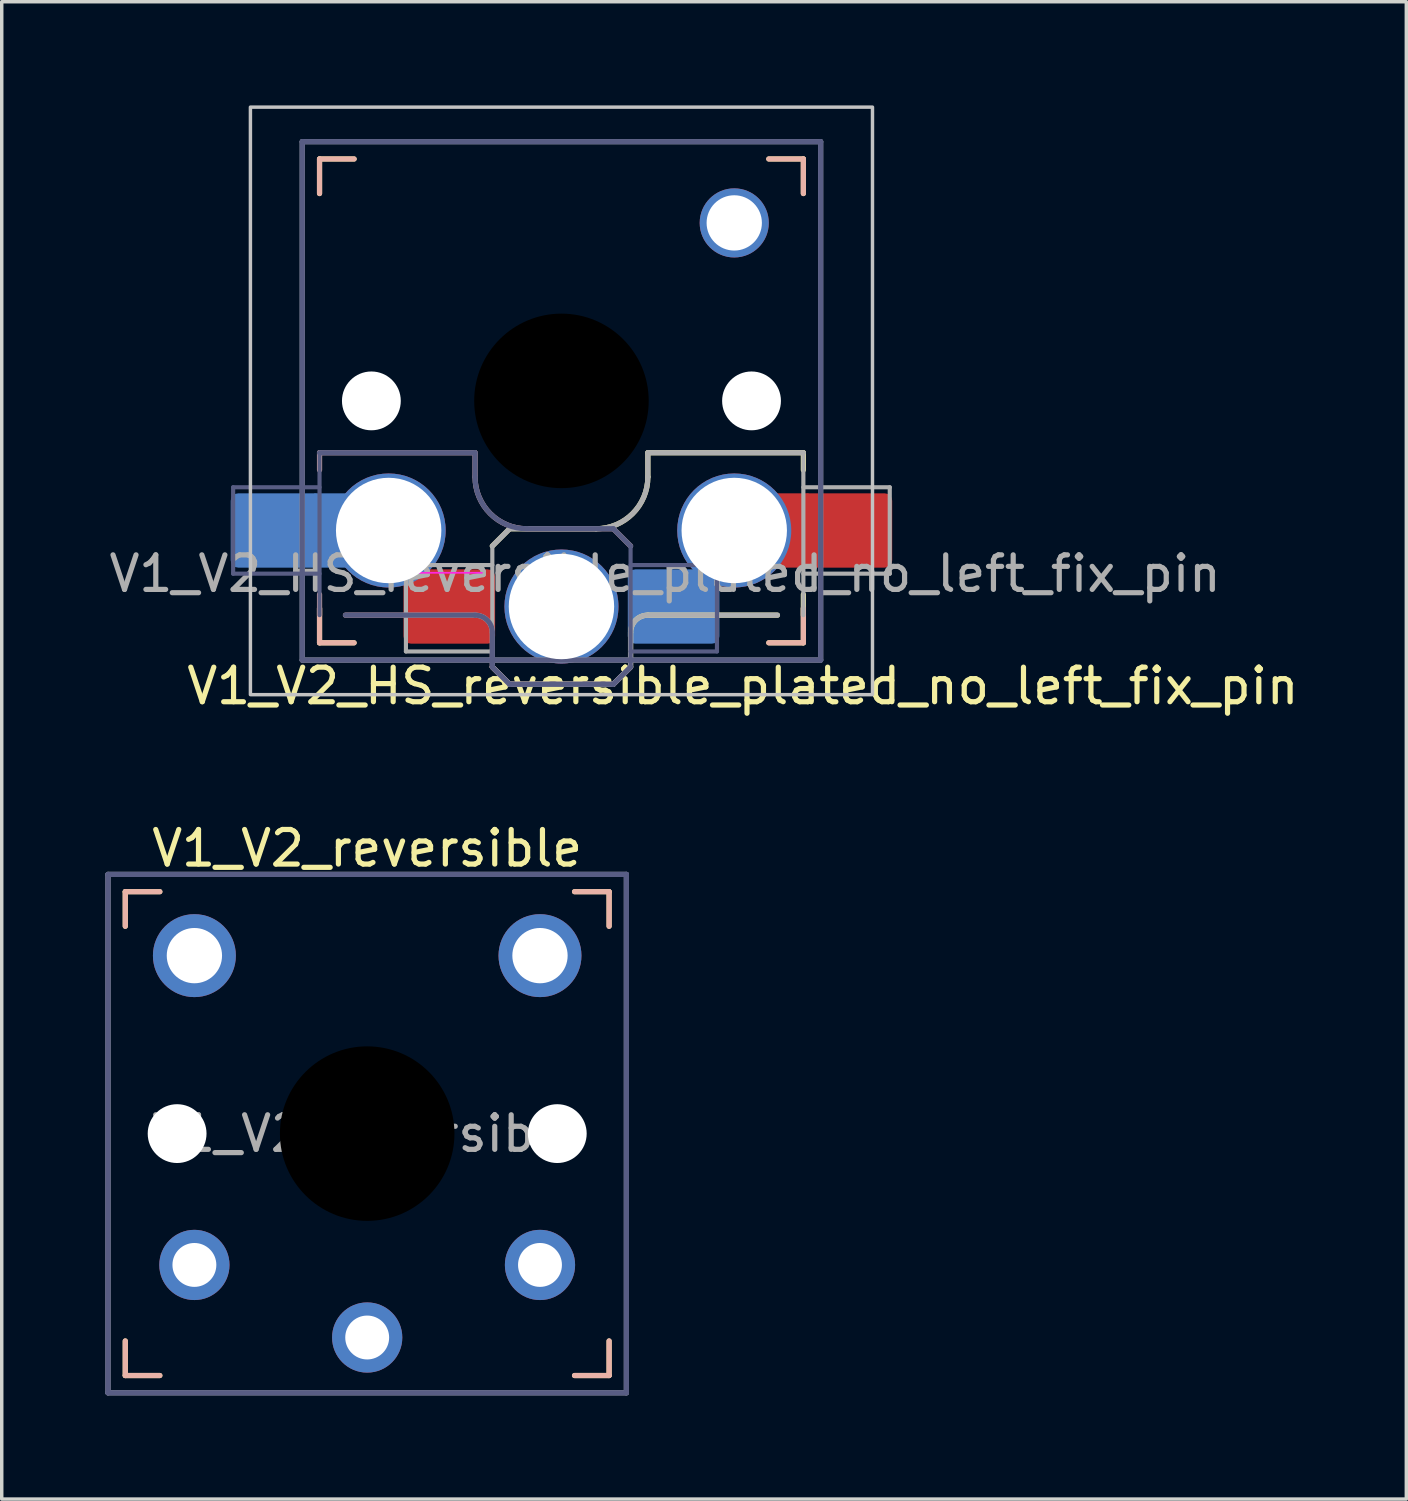
<source format=kicad_pcb>
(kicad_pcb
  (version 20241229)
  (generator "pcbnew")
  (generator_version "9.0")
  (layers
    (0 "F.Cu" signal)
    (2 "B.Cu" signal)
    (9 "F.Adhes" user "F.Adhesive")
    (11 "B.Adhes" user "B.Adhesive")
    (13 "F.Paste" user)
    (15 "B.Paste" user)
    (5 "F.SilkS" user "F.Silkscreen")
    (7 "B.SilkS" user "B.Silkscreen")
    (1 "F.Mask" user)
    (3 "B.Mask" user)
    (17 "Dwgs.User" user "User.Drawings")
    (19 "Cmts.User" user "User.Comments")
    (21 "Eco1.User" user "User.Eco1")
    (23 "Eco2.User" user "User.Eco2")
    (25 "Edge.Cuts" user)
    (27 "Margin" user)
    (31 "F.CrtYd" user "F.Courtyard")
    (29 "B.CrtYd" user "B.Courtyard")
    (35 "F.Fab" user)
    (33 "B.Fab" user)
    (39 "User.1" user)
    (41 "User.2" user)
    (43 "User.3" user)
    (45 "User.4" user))
  (footprint "V1_V2_reversible"
    (layer "F.Cu")
    (at 7.575 29.752)
    (property "Reference" "V1_V2_reversible" (at 0 -8.255 0) (layer "F.SilkS") (effects (font (size 1 1) (thickness 0.15))))
    (attr through_hole)
    (fp_line (start -7 -7) (end -6 -7) (stroke (width 0.15) (type solid)) (layer "F.SilkS"))
    (fp_line (start -7 -6) (end -7 -7) (stroke (width 0.15) (type solid)) (layer "F.SilkS"))
    (fp_line (start -7 7) (end -7 6) (stroke (width 0.15) (type solid)) (layer "F.SilkS"))
    (fp_line (start -6 7) (end -7 7) (stroke (width 0.15) (type solid)) (layer "F.SilkS"))
    (fp_line (start 6 -7) (end 7 -7) (stroke (width 0.15) (type solid)) (layer "F.SilkS"))
    (fp_line (start 7 -7) (end 7 -6) (stroke (width 0.15) (type solid)) (layer "F.SilkS"))
    (fp_line (start 7 6) (end 7 7) (stroke (width 0.15) (type solid)) (layer "F.SilkS"))
    (fp_line (start 7 7) (end 6 7) (stroke (width 0.15) (type solid)) (layer "F.SilkS"))
    (fp_line (start -7 -7) (end -6 -7) (stroke (width 0.15) (type solid)) (layer "B.SilkS"))
    (fp_line (start -7 -6) (end -7 -7) (stroke (width 0.15) (type solid)) (layer "B.SilkS"))
    (fp_line (start -7 7) (end -7 6) (stroke (width 0.15) (type solid)) (layer "B.SilkS"))
    (fp_line (start -6 7) (end -7 7) (stroke (width 0.15) (type solid)) (layer "B.SilkS"))
    (fp_line (start 6 -7) (end 7 -7) (stroke (width 0.15) (type solid)) (layer "B.SilkS"))
    (fp_line (start 7 -7) (end 7 -6) (stroke (width 0.15) (type solid)) (layer "B.SilkS"))
    (fp_line (start 7 6) (end 7 7) (stroke (width 0.15) (type solid)) (layer "B.SilkS"))
    (fp_line (start 7 7) (end 6 7) (stroke (width 0.15) (type solid)) (layer "B.SilkS"))
    (fp_line (start -6.9 6.9) (end -6.9 -6.9) (stroke (width 0.15) (type solid)) (layer "Eco2.User"))
    (fp_line (start -6.9 6.9) (end 6.9 6.9) (stroke (width 0.15) (type solid)) (layer "Eco2.User"))
    (fp_line (start -2.6 -3.1) (end -2.6 -6.3) (stroke (width 0.15) (type solid)) (layer "Eco2.User"))
    (fp_line (start -2.6 -3.1) (end 2.6 -3.1) (stroke (width 0.15) (type solid)) (layer "Eco2.User"))
    (fp_line (start 2.6 -6.3) (end -2.6 -6.3) (stroke (width 0.15) (type solid)) (layer "Eco2.User"))
    (fp_line (start 2.6 -3.1) (end 2.6 -6.3) (stroke (width 0.15) (type solid)) (layer "Eco2.User"))
    (fp_line (start 6.9 -6.9) (end -6.9 -6.9) (stroke (width 0.15) (type solid)) (layer "Eco2.User"))
    (fp_line (start 6.9 -6.9) (end 6.9 6.9) (stroke (width 0.15) (type solid)) (layer "Eco2.User"))
    (fp_line (start -7.5 -7.5) (end 7.5 -7.5) (stroke (width 0.15) (type solid)) (layer "B.Fab"))
    (fp_line (start -7.5 7.5) (end -7.5 -7.5) (stroke (width 0.15) (type solid)) (layer "B.Fab"))
    (fp_line (start 7.5 -7.5) (end 7.5 7.5) (stroke (width 0.15) (type solid)) (layer "B.Fab"))
    (fp_line (start 7.5 7.5) (end -7.5 7.5) (stroke (width 0.15) (type solid)) (layer "B.Fab"))
    (fp_line (start -7.5 -7.5) (end 7.5 -7.5) (stroke (width 0.15) (type solid)) (layer "F.Fab"))
    (fp_line (start -7.5 7.5) (end -7.5 -7.5) (stroke (width 0.15) (type solid)) (layer "F.Fab"))
    (fp_line (start 7.5 -7.5) (end 7.5 7.5) (stroke (width 0.15) (type solid)) (layer "F.Fab"))
    (fp_line (start 7.5 7.5) (end -7.5 7.5) (stroke (width 0.15) (type solid)) (layer "F.Fab"))
    (fp_text user "${REFERENCE}" (at 0 0 0) (layer "F.Fab") (effects (font (size 1 1) (thickness 0.15))))
    (pad "" np_thru_hole circle (at -5.5 0) (size 1.702 1.702) (drill 1.702) (layers "*.Cu" "*.Mask"))
    (pad "" np_thru_hole circle (at 0 0) (size 5.05 5.05) (drill 5.05) (layers "*.Mask"))
    (pad "" np_thru_hole circle (at 5.5 0) (size 1.702 1.702) (drill 1.702) (layers "*.Cu" "*.Mask"))
    (pad "1" thru_hole circle (at -5 -5.15 180) (size 2.4 2.4) (drill 1.6) (layers "*.Cu" "F.Mask"))
    (pad "1" thru_hole circle (at 0 5.9) (size 2.032 2.032) (drill 1.27) (layers "*.Cu" "*.Mask"))
    (pad "2" thru_hole circle (at -5 3.8) (size 2.032 2.032) (drill 1.27) (layers "*.Cu" "*.Mask"))
    (pad "2" thru_hole circle (at 5 3.8) (size 2.032 2.032) (drill 1.27) (layers "*.Cu" "*.Mask"))
    (pad "3" thru_hole circle (at 5 -5.15 180) (size 2.4 2.4) (drill 1.6) (layers "*.Cu" "B.Mask")))
  (footprint "V1_V2_HS_reversible_plated_no_left_fix_pin"
    (layer "F.Cu")
    (at 13.196 8.55)
    (property "Reference" "V1_V2_HS_reversible_plated_no_left_fix_pin" (at 5.25 8.25 0) (layer "F.SilkS") (effects (font (size 1 1) (thickness 0.15))))
    (attr smd)
    (fp_line (start -7 -7) (end -6 -7) (stroke (width 0.15) (type solid)) (layer "F.SilkS"))
    (fp_line (start -7 -6) (end -7 -7) (stroke (width 0.15) (type solid)) (layer "F.SilkS"))
    (fp_line (start -7 7) (end -7 6) (stroke (width 0.15) (type solid)) (layer "F.SilkS"))
    (fp_line (start -6 7) (end -7 7) (stroke (width 0.15) (type solid)) (layer "F.SilkS"))
    (fp_line (start -2 4.2) (end -1.5 3.7) (stroke (width 0.15) (type solid)) (layer "F.SilkS"))
    (fp_line (start -2 7.7) (end -1.5 8.2) (stroke (width 0.15) (type solid)) (layer "F.SilkS"))
    (fp_line (start -1.5 3.7) (end 1 3.7) (stroke (width 0.15) (type solid)) (layer "F.SilkS"))
    (fp_line (start -1.5 8.2) (end 1.5 8.2) (stroke (width 0.15) (type solid)) (layer "F.SilkS"))
    (fp_line (start 1.5 8.2) (end 2 7.7) (stroke (width 0.15) (type solid)) (layer "F.SilkS"))
    (fp_line (start 2 6.7) (end 2 7.7) (stroke (width 0.15) (type solid)) (layer "F.SilkS"))
    (fp_line (start 2.5 1.5) (end 7 1.5) (stroke (width 0.15) (type solid)) (layer "F.SilkS"))
    (fp_line (start 2.5 2.2) (end 2.5 1.5) (stroke (width 0.15) (type solid)) (layer "F.SilkS"))
    (fp_line (start 6 -7) (end 7 -7) (stroke (width 0.15) (type solid)) (layer "F.SilkS"))
    (fp_line (start 6.25 6.2) (end 2.5 6.2) (stroke (width 0.15) (type solid)) (layer "F.SilkS"))
    (fp_line (start 7 -7) (end 7 -6) (stroke (width 0.15) (type solid)) (layer "F.SilkS"))
    (fp_line (start 7 1.5) (end 7 2) (stroke (width 0.15) (type solid)) (layer "F.SilkS"))
    (fp_line (start 7 5.6) (end 7 6.2) (stroke (width 0.15) (type solid)) (layer "F.SilkS"))
    (fp_line (start 7 6) (end 7 7) (stroke (width 0.15) (type solid)) (layer "F.SilkS"))
    (fp_line (start 7 7) (end 6 7) (stroke (width 0.15) (type solid)) (layer "F.SilkS"))
    (fp_arc (start 2 6.7) (mid 2.146447 6.346447) (end 2.5 6.2) (stroke (width 0.15) (type solid)) (layer "F.SilkS"))
    (fp_arc (start 2.5 2.2) (mid 2.06066 3.26066) (end 1 3.7) (stroke (width 0.15) (type solid)) (layer "F.SilkS"))
    (fp_line (start -7 -7) (end -6 -7) (stroke (width 0.15) (type solid)) (layer "B.SilkS"))
    (fp_line (start -7 -6) (end -7 -7) (stroke (width 0.15) (type solid)) (layer "B.SilkS"))
    (fp_line (start -7 1.5) (end -7 2) (stroke (width 0.15) (type solid)) (layer "B.SilkS"))
    (fp_line (start -7 5.6) (end -7 6.2) (stroke (width 0.15) (type solid)) (layer "B.SilkS"))
    (fp_line (start -7 7) (end -7 6) (stroke (width 0.15) (type solid)) (layer "B.SilkS"))
    (fp_line (start -6.25 6.2) (end -2.5 6.2) (stroke (width 0.15) (type solid)) (layer "B.SilkS"))
    (fp_line (start -6 7) (end -7 7) (stroke (width 0.15) (type solid)) (layer "B.SilkS"))
    (fp_line (start -2.5 1.5) (end -7 1.5) (stroke (width 0.15) (type solid)) (layer "B.SilkS"))
    (fp_line (start -2.5 2.2) (end -2.5 1.5) (stroke (width 0.15) (type solid)) (layer "B.SilkS"))
    (fp_line (start -2 6.7) (end -2 7.7) (stroke (width 0.15) (type solid)) (layer "B.SilkS"))
    (fp_line (start -1.5 8.2) (end -2 7.7) (stroke (width 0.15) (type solid)) (layer "B.SilkS"))
    (fp_line (start 1.5 3.7) (end -1 3.7) (stroke (width 0.15) (type solid)) (layer "B.SilkS"))
    (fp_line (start 1.5 8.2) (end -1.5 8.2) (stroke (width 0.15) (type solid)) (layer "B.SilkS"))
    (fp_line (start 2 4.2) (end 1.5 3.7) (stroke (width 0.15) (type solid)) (layer "B.SilkS"))
    (fp_line (start 2 7.7) (end 1.5 8.2) (stroke (width 0.15) (type solid)) (layer "B.SilkS"))
    (fp_line (start 6 -7) (end 7 -7) (stroke (width 0.15) (type solid)) (layer "B.SilkS"))
    (fp_line (start 7 -7) (end 7 -6) (stroke (width 0.15) (type solid)) (layer "B.SilkS"))
    (fp_line (start 7 6) (end 7 7) (stroke (width 0.15) (type solid)) (layer "B.SilkS"))
    (fp_line (start 7 7) (end 6 7) (stroke (width 0.15) (type solid)) (layer "B.SilkS"))
    (fp_arc (start -2.5 6.2) (mid -2.146447 6.346447) (end -2 6.7) (stroke (width 0.15) (type solid)) (layer "B.SilkS"))
    (fp_arc (start -1 3.7) (mid -2.06066 3.26066) (end -2.5 2.2) (stroke (width 0.15) (type solid)) (layer "B.SilkS"))
    (fp_rect (start -9 -8.5) (end 9 8.5) (stroke (width 0.1) (type default)) (fill no) (layer "Dwgs.User"))
    (fp_line (start -6.9 6.9) (end -6.9 -6.9) (stroke (width 0.15) (type solid)) (layer "Eco2.User"))
    (fp_line (start -6.9 6.9) (end 6.9 6.9) (stroke (width 0.15) (type solid)) (layer "Eco2.User"))
    (fp_line (start -2.6 -3.1) (end -2.6 -6.3) (stroke (width 0.15) (type solid)) (layer "Eco2.User"))
    (fp_line (start -2.6 -3.1) (end 2.6 -3.1) (stroke (width 0.15) (type solid)) (layer "Eco2.User"))
    (fp_line (start 2.6 -6.3) (end -2.6 -6.3) (stroke (width 0.15) (type solid)) (layer "Eco2.User"))
    (fp_line (start 2.6 -3.1) (end 2.6 -6.3) (stroke (width 0.15) (type solid)) (layer "Eco2.User"))
    (fp_line (start 6.9 -6.9) (end -6.9 -6.9) (stroke (width 0.15) (type solid)) (layer "Eco2.User"))
    (fp_line (start 6.9 -6.9) (end 6.9 6.9) (stroke (width 0.15) (type solid)) (layer "Eco2.User"))
    (fp_line (start -4.104 4.975) (end -2.3 4.975) (stroke (width 0.05) (type solid)) (layer "F.CrtYd"))
    (fp_line (start -9.5 2.5) (end -7 2.5) (stroke (width 0.12) (type solid)) (layer "B.Fab"))
    (fp_line (start -9.5 5) (end -9.5 2.5) (stroke (width 0.12) (type solid)) (layer "B.Fab"))
    (fp_line (start -7.5 -7.5) (end 7.5 -7.5) (stroke (width 0.15) (type solid)) (layer "B.Fab"))
    (fp_line (start -7.5 7.5) (end -7.5 -7.5) (stroke (width 0.15) (type solid)) (layer "B.Fab"))
    (fp_line (start -7 1.5) (end -7 6.2) (stroke (width 0.12) (type solid)) (layer "B.Fab"))
    (fp_line (start -7 5) (end -9.5 5) (stroke (width 0.12) (type solid)) (layer "B.Fab"))
    (fp_line (start -6.25 6.2) (end -2.5 6.2) (stroke (width 0.15) (type solid)) (layer "B.Fab"))
    (fp_line (start -2.5 1.5) (end -7 1.5) (stroke (width 0.15) (type solid)) (layer "B.Fab"))
    (fp_line (start -2.5 2.2) (end -2.5 1.5) (stroke (width 0.15) (type solid)) (layer "B.Fab"))
    (fp_line (start -2 6.7) (end -2 7.7) (stroke (width 0.15) (type solid)) (layer "B.Fab"))
    (fp_line (start -1.5 8.2) (end -2 7.7) (stroke (width 0.15) (type solid)) (layer "B.Fab"))
    (fp_line (start 1.5 3.7) (end -1 3.7) (stroke (width 0.15) (type solid)) (layer "B.Fab"))
    (fp_line (start 1.5 8.2) (end -1.5 8.2) (stroke (width 0.15) (type solid)) (layer "B.Fab"))
    (fp_line (start 2 4.2) (end 1.5 3.7) (stroke (width 0.15) (type solid)) (layer "B.Fab"))
    (fp_line (start 2 4.25) (end 2 7.7) (stroke (width 0.12) (type solid)) (layer "B.Fab"))
    (fp_line (start 2 4.75) (end 4.5 4.75) (stroke (width 0.12) (type solid)) (layer "B.Fab"))
    (fp_line (start 2 7.7) (end 1.5 8.2) (stroke (width 0.15) (type solid)) (layer "B.Fab"))
    (fp_line (start 4.5 4.75) (end 4.5 7.25) (stroke (width 0.12) (type solid)) (layer "B.Fab"))
    (fp_line (start 4.5 7.25) (end 2 7.25) (stroke (width 0.12) (type solid)) (layer "B.Fab"))
    (fp_line (start 7.5 -7.5) (end 7.5 7.5) (stroke (width 0.15) (type solid)) (layer "B.Fab"))
    (fp_line (start 7.5 7.5) (end -7.5 7.5) (stroke (width 0.15) (type solid)) (layer "B.Fab"))
    (fp_arc (start -2.5 6.2) (mid -2.146447 6.346447) (end -2 6.7) (stroke (width 0.15) (type solid)) (layer "B.Fab"))
    (fp_arc (start -1 3.7) (mid -2.06066 3.26066) (end -2.5 2.2) (stroke (width 0.15) (type solid)) (layer "B.Fab"))
    (fp_line (start -7.5 -7.5) (end 7.5 -7.5) (stroke (width 0.15) (type solid)) (layer "F.Fab"))
    (fp_line (start -7.5 7.5) (end -7.5 -7.5) (stroke (width 0.15) (type solid)) (layer "F.Fab"))
    (fp_line (start -4.5 4.75) (end -4.5 7.25) (stroke (width 0.12) (type solid)) (layer "F.Fab"))
    (fp_line (start -4.5 7.25) (end -2 7.25) (stroke (width 0.12) (type solid)) (layer "F.Fab"))
    (fp_line (start -2 4.2) (end -1.5 3.7) (stroke (width 0.15) (type solid)) (layer "F.Fab"))
    (fp_line (start -2 4.25) (end -2 7.7) (stroke (width 0.12) (type solid)) (layer "F.Fab"))
    (fp_line (start -2 4.75) (end -4.5 4.75) (stroke (width 0.12) (type solid)) (layer "F.Fab"))
    (fp_line (start -2 7.7) (end -1.5 8.2) (stroke (width 0.15) (type solid)) (layer "F.Fab"))
    (fp_line (start -1.5 3.7) (end 1 3.7) (stroke (width 0.15) (type solid)) (layer "F.Fab"))
    (fp_line (start -1.5 8.2) (end 1.5 8.2) (stroke (width 0.15) (type solid)) (layer "F.Fab"))
    (fp_line (start 1.5 8.2) (end 2 7.7) (stroke (width 0.15) (type solid)) (layer "F.Fab"))
    (fp_line (start 2 6.7) (end 2 7.7) (stroke (width 0.15) (type solid)) (layer "F.Fab"))
    (fp_line (start 2.5 1.5) (end 7 1.5) (stroke (width 0.15) (type solid)) (layer "F.Fab"))
    (fp_line (start 2.5 2.2) (end 2.5 1.5) (stroke (width 0.15) (type solid)) (layer "F.Fab"))
    (fp_line (start 6.25 6.2) (end 2.5 6.2) (stroke (width 0.15) (type solid)) (layer "F.Fab"))
    (fp_line (start 7 1.5) (end 7 6.2) (stroke (width 0.12) (type solid)) (layer "F.Fab"))
    (fp_line (start 7 5) (end 9.5 5) (stroke (width 0.12) (type solid)) (layer "F.Fab"))
    (fp_line (start 7.5 -7.5) (end 7.5 7.5) (stroke (width 0.15) (type solid)) (layer "F.Fab"))
    (fp_line (start 7.5 7.5) (end -7.5 7.5) (stroke (width 0.15) (type solid)) (layer "F.Fab"))
    (fp_line (start 9.5 2.5) (end 7 2.5) (stroke (width 0.12) (type solid)) (layer "F.Fab"))
    (fp_line (start 9.5 5) (end 9.5 2.5) (stroke (width 0.12) (type solid)) (layer "F.Fab"))
    (fp_arc (start 2 6.7) (mid 2.146447 6.346447) (end 2.5 6.2) (stroke (width 0.15) (type solid)) (layer "F.Fab"))
    (fp_arc (start 2.5 2.2) (mid 2.06066 3.26066) (end 1 3.7) (stroke (width 0.15) (type solid)) (layer "F.Fab"))
    (fp_text user "${REFERENCE}" (at 3 5 180) (layer "F.Fab") (effects (font (size 1 1) (thickness 0.15))))
    (pad "" np_thru_hole circle (at -5.5 0) (size 1.702 1.702) (drill 1.702) (layers "*.Cu" "*.Mask"))
    (pad "" np_thru_hole circle (at 0 0) (size 5.05 5.05) (drill 5.05) (layers "*.Mask"))
    (pad "" thru_hole circle (at 0 5.95) (size 3.3 3.3) (drill 3.05) (layers "*.Cu" "*.Mask"))
    (pad "" np_thru_hole circle (at 5.5 0) (size 1.702 1.702) (drill 1.702) (layers "*.Cu" "*.Mask"))
    (pad "1" smd roundrect (at 3.245 5.95) (size 2.65 2.15) (layers "B.Cu" "B.Mask" "B.Paste") (roundrect_rratio 0.1))
    (pad "1" thru_hole circle (at 5 3.75) (size 3.3 3.3) (drill 3.05) (layers "*.Cu" "F.Mask"))
    (pad "1" smd rect (at 6.55 3.75) (size 1.2 2.15) (layers "F.Cu"))
    (pad "1" smd roundrect (at 8.245 3.75) (size 2.65 2.15) (layers "F.Cu" "F.Mask" "F.Paste") (roundrect_rratio 0.1))
    (pad "2" smd roundrect (at -8.245 3.75) (size 2.65 2.15) (layers "B.Cu" "B.Mask" "B.Paste") (roundrect_rratio 0.1))
    (pad "2" smd rect (at -6.55 3.75) (size 1.2 2.15) (layers "B.Cu"))
    (pad "2" thru_hole circle (at -5 3.75) (size 3.3 3.3) (drill 3.05) (layers "*.Cu" "B.Mask"))
    (pad "2" smd roundrect (at -3.245 5.95) (size 2.65 2.15) (layers "F.Cu" "F.Mask" "F.Paste") (roundrect_rratio 0.1))
    (pad "3" thru_hole circle (at 5 -5.15 180) (size 2 2) (drill 1.6) (layers "*.Cu" "B.Mask")))
  (gr_rect
    (start -3 -3)
    (end 37.643 40.327)
    (stroke (width 0.1) (type default))
    (fill no)
    (layer "Edge.Cuts")))
</source>
